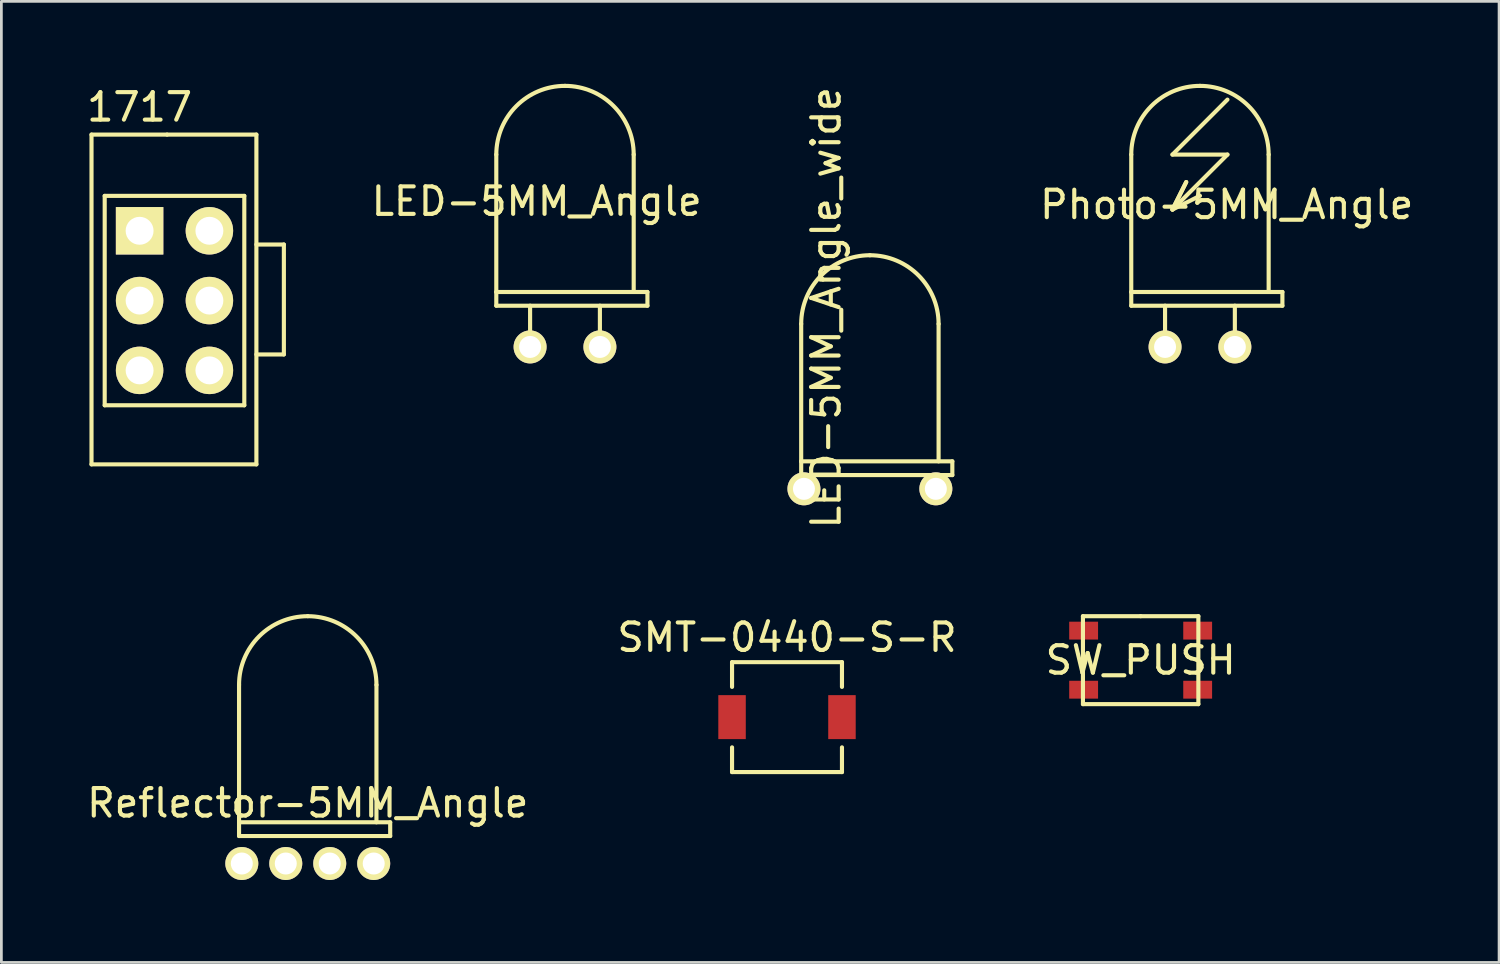
<source format=kicad_pcb>
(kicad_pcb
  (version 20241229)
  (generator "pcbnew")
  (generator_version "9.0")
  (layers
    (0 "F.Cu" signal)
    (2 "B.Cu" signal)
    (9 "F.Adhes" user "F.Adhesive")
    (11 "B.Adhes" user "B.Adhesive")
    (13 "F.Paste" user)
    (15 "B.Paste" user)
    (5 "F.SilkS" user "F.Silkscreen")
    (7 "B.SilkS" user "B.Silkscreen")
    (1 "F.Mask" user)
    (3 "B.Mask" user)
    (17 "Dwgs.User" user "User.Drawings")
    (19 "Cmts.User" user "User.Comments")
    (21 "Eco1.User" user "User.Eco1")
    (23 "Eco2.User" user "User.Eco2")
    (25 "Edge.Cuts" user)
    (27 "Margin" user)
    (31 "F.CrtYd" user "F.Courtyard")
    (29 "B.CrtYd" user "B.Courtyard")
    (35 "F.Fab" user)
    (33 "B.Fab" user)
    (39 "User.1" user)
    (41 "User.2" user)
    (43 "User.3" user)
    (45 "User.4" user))
  (footprint "LED-5MM_Angle_wide"
    (placed yes)
    (layer "F.Cu")
    (at 28.605 14.738)
    (property "Reference" "LED-5MM_Angle_wide" (at -1.592 -6.589 90) (layer "F.SilkS") (effects (font (size 1 1) (thickness 0.15))))
    (attr through_hole)
    (fp_line (start -2.5 -6) (end -2.5 -1) (stroke (width 0.15) (type solid)) (layer "F.SilkS"))
    (fp_line (start -2.5 -1) (end -2.5 -0.5) (stroke (width 0.15) (type solid)) (layer "F.SilkS"))
    (fp_line (start -2.5 -0.5) (end 3 -0.5) (stroke (width 0.15) (type solid)) (layer "F.SilkS"))
    (fp_line (start 2.5 -1) (end 2.5 -6) (stroke (width 0.15) (type solid)) (layer "F.SilkS"))
    (fp_line (start 3 -1) (end -2.5 -1) (stroke (width 0.15) (type solid)) (layer "F.SilkS"))
    (fp_line (start 3 -0.5) (end 3 -1) (stroke (width 0.15) (type solid)) (layer "F.SilkS"))
    (fp_arc (start -2.5 -6) (mid -1.767767 -7.767767) (end 0 -8.5) (stroke (width 0.15) (type solid)) (layer "F.SilkS"))
    (fp_arc (start 0 -8.5) (mid 1.767767 -7.767767) (end 2.5 -6) (stroke (width 0.15) (type solid)) (layer "F.SilkS"))
    (pad "1" thru_hole circle (at -2.4 0 90) (size 1.2 1.2) (drill 0.8) (layers "*.Cu" "*.Mask" "F.SilkS"))
    (pad "2" thru_hole circle (at 2.4 0) (size 1.2 1.2) (drill 0.8) (layers "*.Cu" "*.Mask" "F.SilkS")))
  (footprint "SMT-0440-S-R"
    (layer "F.Cu")
    (at 25.589 23.046)
    (property "Reference" "SMT-0440-S-R" (at 0 -2.9 0) (layer "F.SilkS") (effects (font (size 1 1) (thickness 0.15))))
    (attr through_hole)
    (fp_line (start -2 -2) (end 2 -2) (stroke (width 0.15) (type solid)) (layer "F.SilkS"))
    (fp_line (start -2 -1.1) (end -2 -2) (stroke (width 0.15) (type solid)) (layer "F.SilkS"))
    (fp_line (start -2 2) (end -2 1.1) (stroke (width 0.15) (type solid)) (layer "F.SilkS"))
    (fp_line (start 2 -2) (end 2 -1.1) (stroke (width 0.15) (type solid)) (layer "F.SilkS"))
    (fp_line (start 2 1.1) (end 2 2) (stroke (width 0.15) (type solid)) (layer "F.SilkS"))
    (fp_line (start 2 2) (end -2 2) (stroke (width 0.15) (type solid)) (layer "F.SilkS"))
    (pad "1" smd rect (at -2 0) (size 1 1.6) (layers "F.Cu" "F.Mask" "F.Paste"))
    (pad "2" smd rect (at 2 0) (size 1 1.6) (layers "F.Cu" "F.Mask" "F.Paste")))
  (footprint "Reflector-5MM_Angle"
    (placed yes)
    (layer "F.Cu")
    (at 8.149 28.373)
    (property "Reference" "Reflector-5MM_Angle" (at 0 -2.2 180) (layer "F.SilkS") (effects (font (size 1 1) (thickness 0.15))))
    (attr through_hole)
    (fp_line (start -2.5 -6.5) (end -2.5 -1.5) (stroke (width 0.15) (type solid)) (layer "F.SilkS"))
    (fp_line (start -2.5 -1.5) (end -2.5 -1) (stroke (width 0.15) (type solid)) (layer "F.SilkS"))
    (fp_line (start -2.5 -1) (end 3 -1) (stroke (width 0.15) (type solid)) (layer "F.SilkS"))
    (fp_line (start 2.5 -1.5) (end 2.5 -6.5) (stroke (width 0.15) (type solid)) (layer "F.SilkS"))
    (fp_line (start 3 -1.5) (end -2.5 -1.5) (stroke (width 0.15) (type solid)) (layer "F.SilkS"))
    (fp_line (start 3 -1) (end 3 -1.5) (stroke (width 0.15) (type solid)) (layer "F.SilkS"))
    (fp_arc (start -2.5 -6.5) (mid -1.767767 -8.267767) (end 0 -9) (stroke (width 0.15) (type solid)) (layer "F.SilkS"))
    (fp_arc (start 0 -9) (mid 1.767767 -8.267767) (end 2.5 -6.5) (stroke (width 0.15) (type solid)) (layer "F.SilkS"))
    (pad "1" thru_hole circle (at -0.8 0 90) (size 1.2 1.2) (drill 0.8) (layers "*.Cu" "*.Mask" "F.SilkS"))
    (pad "2" thru_hole circle (at 0.8 0) (size 1.2 1.2) (drill 0.8) (layers "*.Cu" "*.Mask" "F.SilkS"))
    (pad "3" thru_hole circle (at -2.4 0 90) (size 1.2 1.2) (drill 0.8) (layers "*.Cu" "*.Mask" "F.SilkS"))
    (pad "4" thru_hole circle (at 2.4 0 90) (size 1.2 1.2) (drill 0.8) (layers "*.Cu" "*.Mask" "F.SilkS")))
  (footprint "Photo-5MM_Angle"
    (placed yes)
    (layer "F.Cu")
    (at 40.616 9.575)
    (property "Reference" "Photo-5MM_Angle" (at 0.974 -5.178 0) (layer "F.SilkS") (effects (font (size 1 1) (thickness 0.15))))
    (attr through_hole)
    (fp_line (start -2.5 -7) (end -2.5 -2) (stroke (width 0.15) (type solid)) (layer "F.SilkS"))
    (fp_line (start -2.5 -2) (end -2.5 -1.5) (stroke (width 0.15) (type solid)) (layer "F.SilkS"))
    (fp_line (start -2.5 -1.5) (end 3 -1.5) (stroke (width 0.15) (type solid)) (layer "F.SilkS"))
    (fp_line (start -1.27 0) (end -1.27 -1.5) (stroke (width 0.15) (type solid)) (layer "F.SilkS"))
    (fp_line (start -1 -7) (end 1 -7) (stroke (width 0.15) (type solid)) (layer "F.SilkS"))
    (fp_line (start -1 -5) (end -0.5 -6) (stroke (width 0.15) (type solid)) (layer "F.SilkS"))
    (fp_line (start -1 -5) (end 0 -5.5) (stroke (width 0.15) (type solid)) (layer "F.SilkS"))
    (fp_line (start -0.5 -6) (end -1 -5) (stroke (width 0.15) (type solid)) (layer "F.SilkS"))
    (fp_line (start 1 -9) (end -1 -7) (stroke (width 0.15) (type solid)) (layer "F.SilkS"))
    (fp_line (start 1 -7) (end -1 -5) (stroke (width 0.15) (type solid)) (layer "F.SilkS"))
    (fp_line (start 1.27 0) (end 1.27 -1.5) (stroke (width 0.15) (type solid)) (layer "F.SilkS"))
    (fp_line (start 2.5 -2) (end 2.5 -7) (stroke (width 0.15) (type solid)) (layer "F.SilkS"))
    (fp_line (start 3 -2) (end -2.5 -2) (stroke (width 0.15) (type solid)) (layer "F.SilkS"))
    (fp_line (start 3 -1.5) (end 3 -2) (stroke (width 0.15) (type solid)) (layer "F.SilkS"))
    (fp_arc (start -2.5 -7) (mid -1.767767 -8.767767) (end 0 -9.5) (stroke (width 0.15) (type solid)) (layer "F.SilkS"))
    (fp_arc (start 0 -9.5) (mid 1.767767 -8.767767) (end 2.5 -7) (stroke (width 0.15) (type solid)) (layer "F.SilkS"))
    (pad "1" thru_hole circle (at -1.27 0 90) (size 1.2 1.2) (drill 0.8) (layers "*.Cu" "*.Mask" "F.SilkS"))
    (pad "2" thru_hole circle (at 1.27 0) (size 1.2 1.2) (drill 0.8) (layers "*.Cu" "*.Mask" "F.SilkS")))
  (footprint "SW_PUSH"
    (layer "F.Cu")
    (at 38.458 20.973)
    (property "Reference" "SW_PUSH" (at 0 0 0) (layer "F.SilkS") (effects (font (size 1 1) (thickness 0.15))))
    (attr through_hole)
    (fp_line (start -2.1 -1.6) (end -2.1 1.6) (stroke (width 0.15) (type solid)) (layer "F.SilkS"))
    (fp_line (start -2.1 1.6) (end 2.1 1.6) (stroke (width 0.15) (type solid)) (layer "F.SilkS"))
    (fp_line (start 0 -1.6) (end -2.1 -1.6) (stroke (width 0.15) (type solid)) (layer "F.SilkS"))
    (fp_line (start 2.1 -1.6) (end 0 -1.6) (stroke (width 0.15) (type solid)) (layer "F.SilkS"))
    (fp_line (start 2.1 1.6) (end 2.1 -1.6) (stroke (width 0.15) (type solid)) (layer "F.SilkS"))
    (pad "1" smd rect (at -2.075 -1.075) (size 1.05 0.65) (layers "F.Cu" "F.Mask" "F.Paste"))
    (pad "2" smd rect (at 2.075 -1.075) (size 1.05 0.65) (layers "F.Cu" "F.Mask" "F.Paste"))
    (pad "3" smd rect (at -2.075 1.075) (size 1.05 0.65) (layers "F.Cu" "F.Mask" "F.Paste"))
    (pad "4" smd rect (at 2.075 1.075) (size 1.05 0.65) (layers "F.Cu" "F.Mask" "F.Paste")))
  (footprint "LED-5MM_Angle"
    (placed yes)
    (layer "F.Cu")
    (at 17.51 9.575)
    (property "Reference" "LED-5MM_Angle" (at -1.03 -5.298 0) (layer "F.SilkS") (effects (font (size 1 1) (thickness 0.15))))
    (attr through_hole)
    (fp_line (start -2.5 -7) (end -2.5 -2) (stroke (width 0.15) (type solid)) (layer "F.SilkS"))
    (fp_line (start -2.5 -2) (end -2.5 -1.5) (stroke (width 0.15) (type solid)) (layer "F.SilkS"))
    (fp_line (start -2.5 -1.5) (end 3 -1.5) (stroke (width 0.15) (type solid)) (layer "F.SilkS"))
    (fp_line (start -1.27 -1.5) (end -1.27 0) (stroke (width 0.15) (type solid)) (layer "F.SilkS"))
    (fp_line (start 1.27 0) (end 1.27 -1.5) (stroke (width 0.15) (type solid)) (layer "F.SilkS"))
    (fp_line (start 2.5 -2) (end 2.5 -7) (stroke (width 0.15) (type solid)) (layer "F.SilkS"))
    (fp_line (start 3 -2) (end -2.5 -2) (stroke (width 0.15) (type solid)) (layer "F.SilkS"))
    (fp_line (start 3 -1.5) (end 3 -2) (stroke (width 0.15) (type solid)) (layer "F.SilkS"))
    (fp_arc (start -2.5 -7) (mid -1.767767 -8.767767) (end 0 -9.5) (stroke (width 0.15) (type solid)) (layer "F.SilkS"))
    (fp_arc (start 0 -9.5) (mid 1.767767 -8.767767) (end 2.5 -7) (stroke (width 0.15) (type solid)) (layer "F.SilkS"))
    (pad "1" thru_hole circle (at -1.27 0 90) (size 1.2 1.2) (drill 0.8) (layers "*.Cu" "*.Mask" "F.SilkS"))
    (pad "2" thru_hole circle (at 1.27 0) (size 1.2 1.2) (drill 0.8) (layers "*.Cu" "*.Mask" "F.SilkS")))
  (footprint "1717"
    (placed yes)
    (layer "F.Cu")
    (at 2.03 5.348)
    (property "Reference" "1717" (at 0 -4.5 180) (layer "F.SilkS") (effects (font (size 1 1) (thickness 0.15))))
    (attr through_hole)
    (fp_line (start -1.75 -3.5) (end 1 -3.5) (stroke (width 0.15) (type solid)) (layer "F.SilkS"))
    (fp_line (start -1.75 8.5) (end -1.75 -3.5) (stroke (width 0.15) (type solid)) (layer "F.SilkS"))
    (fp_line (start -1.27 -1.27) (end -1.27 6.35) (stroke (width 0.15) (type solid)) (layer "F.SilkS"))
    (fp_line (start -1.27 6.35) (end 3.81 6.35) (stroke (width 0.15) (type solid)) (layer "F.SilkS"))
    (fp_line (start 1 -3.5) (end 4.25 -3.5) (stroke (width 0.15) (type solid)) (layer "F.SilkS"))
    (fp_line (start 3.81 -1.27) (end -1.27 -1.27) (stroke (width 0.15) (type solid)) (layer "F.SilkS"))
    (fp_line (start 3.81 6.35) (end 3.81 -1.27) (stroke (width 0.15) (type solid)) (layer "F.SilkS"))
    (fp_line (start 4.25 -3.5) (end 4.25 8.5) (stroke (width 0.15) (type solid)) (layer "F.SilkS"))
    (fp_line (start 4.25 0.5) (end 5.25 0.5) (stroke (width 0.15) (type solid)) (layer "F.SilkS"))
    (fp_line (start 4.25 8.5) (end -1.75 8.5) (stroke (width 0.15) (type solid)) (layer "F.SilkS"))
    (fp_line (start 5.25 0.5) (end 5.25 4.5) (stroke (width 0.15) (type solid)) (layer "F.SilkS"))
    (fp_line (start 5.25 4.5) (end 4.25 4.5) (stroke (width 0.15) (type solid)) (layer "F.SilkS"))
    (pad "1" thru_hole rect (at 0 0) (size 1.727 1.727) (drill 1.016) (layers "*.Cu" "*.Mask" "F.SilkS"))
    (pad "2" thru_hole oval (at 2.54 0) (size 1.727 1.727) (drill 1.016) (layers "*.Cu" "*.Mask" "F.SilkS"))
    (pad "3" thru_hole oval (at 0 2.54) (size 1.727 1.727) (drill 1.016) (layers "*.Cu" "*.Mask" "F.SilkS"))
    (pad "4" thru_hole oval (at 2.54 2.54) (size 1.727 1.727) (drill 1.016) (layers "*.Cu" "*.Mask" "F.SilkS"))
    (pad "5" thru_hole oval (at 0 5.08) (size 1.727 1.727) (drill 1.016) (layers "*.Cu" "*.Mask" "F.SilkS"))
    (pad "6" thru_hole oval (at 2.54 5.08) (size 1.727 1.727) (drill 1.016) (layers "*.Cu" "*.Mask" "F.SilkS")))
  (gr_rect
    (start -3 -3)
    (end 51.501 31.973)
    (stroke (width 0.1) (type default))
    (fill no)
    (layer "Edge.Cuts")))
</source>
